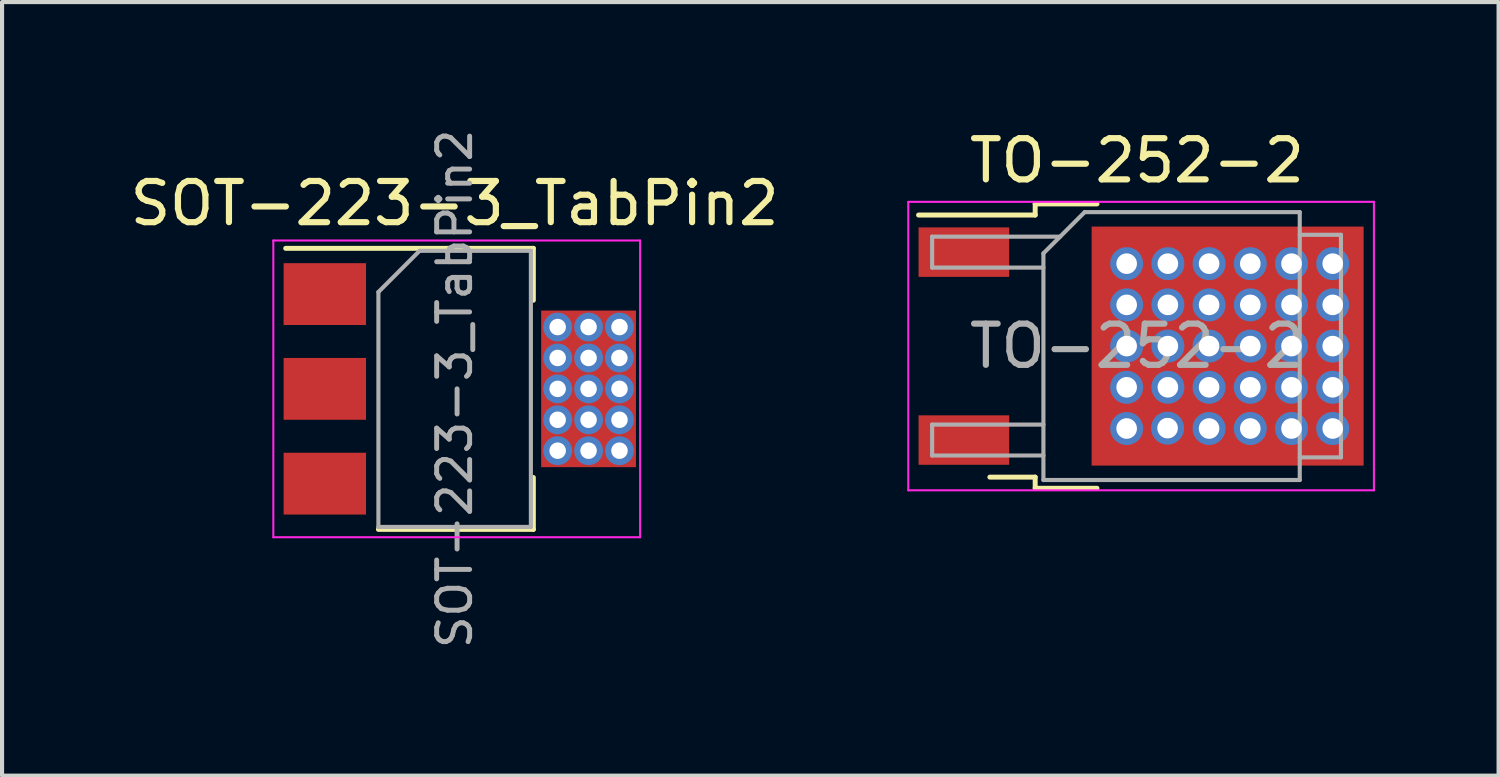
<source format=kicad_pcb>
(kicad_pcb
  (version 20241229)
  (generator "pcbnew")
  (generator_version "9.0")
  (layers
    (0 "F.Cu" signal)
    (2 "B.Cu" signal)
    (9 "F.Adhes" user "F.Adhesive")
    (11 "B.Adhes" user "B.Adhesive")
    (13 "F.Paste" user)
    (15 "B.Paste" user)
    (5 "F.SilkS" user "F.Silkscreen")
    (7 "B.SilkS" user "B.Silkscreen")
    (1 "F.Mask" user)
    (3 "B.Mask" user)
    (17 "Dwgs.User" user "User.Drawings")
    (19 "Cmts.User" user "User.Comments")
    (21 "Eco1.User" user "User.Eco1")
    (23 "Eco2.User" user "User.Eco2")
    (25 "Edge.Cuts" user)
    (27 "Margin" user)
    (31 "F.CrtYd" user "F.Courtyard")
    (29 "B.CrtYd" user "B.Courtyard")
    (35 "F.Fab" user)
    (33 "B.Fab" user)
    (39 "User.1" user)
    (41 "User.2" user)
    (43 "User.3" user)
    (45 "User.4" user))
  (footprint "TO-252-2"
    (layer "F.Cu")
    (at 24.539 5.348)
    (property "Reference" "TO-252-2" (at 0 -4.5 0) (layer "F.SilkS") (effects (font (size 1 1) (thickness 0.15))))
    (attr smd)
    (fp_line (start -2.47 -3.45) (end -2.47 -3.18) (stroke (width 0.12) (type solid)) (layer "F.SilkS"))
    (fp_line (start -2.47 -3.18) (end -5.3 -3.18) (stroke (width 0.12) (type solid)) (layer "F.SilkS"))
    (fp_line (start -2.47 3.18) (end -3.57 3.18) (stroke (width 0.12) (type solid)) (layer "F.SilkS"))
    (fp_line (start -2.47 3.45) (end -2.47 3.18) (stroke (width 0.12) (type solid)) (layer "F.SilkS"))
    (fp_line (start -0.97 -3.45) (end -2.47 -3.45) (stroke (width 0.12) (type solid)) (layer "F.SilkS"))
    (fp_line (start -0.97 3.45) (end -2.47 3.45) (stroke (width 0.12) (type solid)) (layer "F.SilkS"))
    (fp_line (start -5.55 -3.5) (end -5.55 3.5) (stroke (width 0.05) (type solid)) (layer "F.CrtYd"))
    (fp_line (start -5.55 3.5) (end 5.75 3.5) (stroke (width 0.05) (type solid)) (layer "F.CrtYd"))
    (fp_line (start 5.75 -3.5) (end -5.55 -3.5) (stroke (width 0.05) (type solid)) (layer "F.CrtYd"))
    (fp_line (start 5.75 3.5) (end 5.75 -3.5) (stroke (width 0.05) (type solid)) (layer "F.CrtYd"))
    (fp_line (start -4.97 -2.655) (end -4.97 -1.905) (stroke (width 0.1) (type solid)) (layer "F.Fab"))
    (fp_line (start -4.97 -1.905) (end -2.27 -1.905) (stroke (width 0.1) (type solid)) (layer "F.Fab"))
    (fp_line (start -4.97 1.905) (end -4.97 2.655) (stroke (width 0.1) (type solid)) (layer "F.Fab"))
    (fp_line (start -4.97 2.655) (end -2.27 2.655) (stroke (width 0.1) (type solid)) (layer "F.Fab"))
    (fp_line (start -2.27 -2.25) (end -1.27 -3.25) (stroke (width 0.1) (type solid)) (layer "F.Fab"))
    (fp_line (start -2.27 1.905) (end -4.97 1.905) (stroke (width 0.1) (type solid)) (layer "F.Fab"))
    (fp_line (start -2.27 3.25) (end -2.27 -2.25) (stroke (width 0.1) (type solid)) (layer "F.Fab"))
    (fp_line (start -1.865 -2.655) (end -4.97 -2.655) (stroke (width 0.1) (type solid)) (layer "F.Fab"))
    (fp_line (start -1.27 -3.25) (end 3.95 -3.25) (stroke (width 0.1) (type solid)) (layer "F.Fab"))
    (fp_line (start 3.95 -3.25) (end 3.95 3.25) (stroke (width 0.1) (type solid)) (layer "F.Fab"))
    (fp_line (start 3.95 -2.7) (end 4.95 -2.7) (stroke (width 0.1) (type solid)) (layer "F.Fab"))
    (fp_line (start 3.95 3.25) (end -2.27 3.25) (stroke (width 0.1) (type solid)) (layer "F.Fab"))
    (fp_line (start 4.95 -2.7) (end 4.95 2.7) (stroke (width 0.1) (type solid)) (layer "F.Fab"))
    (fp_line (start 4.95 2.7) (end 3.95 2.7) (stroke (width 0.1) (type solid)) (layer "F.Fab"))
    (fp_text user "${REFERENCE}" (at 0 0 0) (layer "F.Fab") (effects (font (size 1 1) (thickness 0.15))))
    (pad "" smd rect (at 0.425 -1.525) (size 3.05 2.75) (layers "F.Paste"))
    (pad "" smd rect (at 0.425 1.525) (size 3.05 2.75) (layers "F.Paste"))
    (pad "" smd rect (at 3.875 -1.525) (size 3.25 2.75) (layers "F.Paste"))
    (pad "" smd rect (at 3.875 1.525) (size 3.25 2.75) (layers "F.Paste"))
    (pad "1" smd rect (at -4.2 -2.28) (size 2.2 1.2) (layers "F.Cu" "F.Mask" "F.Paste"))
    (pad "2" thru_hole circle (at -0.25 -2) (size 0.8 0.8) (drill 0.5) (layers "*.Cu" "*.Mask"))
    (pad "2" thru_hole circle (at -0.25 -1) (size 0.8 0.8) (drill 0.5) (layers "*.Cu" "*.Mask"))
    (pad "2" thru_hole circle (at -0.25 0) (size 0.8 0.8) (drill 0.5) (layers "*.Cu" "*.Mask"))
    (pad "2" thru_hole circle (at -0.25 1) (size 0.8 0.8) (drill 0.5) (layers "*.Cu" "*.Mask"))
    (pad "2" thru_hole circle (at -0.25 2) (size 0.8 0.8) (drill 0.5) (layers "*.Cu" "*.Mask"))
    (pad "2" thru_hole circle (at 0.743 1.991) (size 0.8 0.8) (drill 0.5) (layers "*.Cu" "*.Mask"))
    (pad "2" thru_hole circle (at 0.75 -2) (size 0.8 0.8) (drill 0.5) (layers "*.Cu" "*.Mask"))
    (pad "2" thru_hole circle (at 0.75 -1) (size 0.8 0.8) (drill 0.5) (layers "*.Cu" "*.Mask"))
    (pad "2" thru_hole circle (at 0.75 0) (size 0.8 0.8) (drill 0.5) (layers "*.Cu" "*.Mask"))
    (pad "2" thru_hole circle (at 0.75 1) (size 0.8 0.8) (drill 0.5) (layers "*.Cu" "*.Mask"))
    (pad "2" thru_hole circle (at 1.75 -2) (size 0.8 0.8) (drill 0.5) (layers "*.Cu" "*.Mask"))
    (pad "2" thru_hole circle (at 1.75 -1) (size 0.8 0.8) (drill 0.5) (layers "*.Cu" "*.Mask"))
    (pad "2" thru_hole circle (at 1.75 0) (size 0.8 0.8) (drill 0.5) (layers "*.Cu" "*.Mask"))
    (pad "2" thru_hole circle (at 1.75 1) (size 0.8 0.8) (drill 0.5) (layers "*.Cu" "*.Mask"))
    (pad "2" thru_hole circle (at 1.75 2) (size 0.8 0.8) (drill 0.5) (layers "*.Cu" "*.Mask"))
    (pad "2" smd rect (at 2.2 0) (size 6.6 5.8) (layers "F.Cu" "F.Mask"))
    (pad "2" thru_hole circle (at 2.75 -2) (size 0.8 0.8) (drill 0.5) (layers "*.Cu" "*.Mask"))
    (pad "2" thru_hole circle (at 2.75 -1) (size 0.8 0.8) (drill 0.5) (layers "*.Cu" "*.Mask"))
    (pad "2" thru_hole circle (at 2.75 0) (size 0.8 0.8) (drill 0.5) (layers "*.Cu" "*.Mask"))
    (pad "2" thru_hole circle (at 2.75 1) (size 0.8 0.8) (drill 0.5) (layers "*.Cu" "*.Mask"))
    (pad "2" thru_hole circle (at 2.75 2) (size 0.8 0.8) (drill 0.5) (layers "*.Cu" "*.Mask"))
    (pad "2" thru_hole circle (at 3.75 -2) (size 0.8 0.8) (drill 0.5) (layers "*.Cu" "*.Mask"))
    (pad "2" thru_hole circle (at 3.75 -1) (size 0.8 0.8) (drill 0.5) (layers "*.Cu" "*.Mask"))
    (pad "2" thru_hole circle (at 3.75 0) (size 0.8 0.8) (drill 0.5) (layers "*.Cu" "*.Mask"))
    (pad "2" thru_hole circle (at 3.75 1) (size 0.8 0.8) (drill 0.5) (layers "*.Cu" "*.Mask"))
    (pad "2" thru_hole circle (at 3.75 2) (size 0.8 0.8) (drill 0.5) (layers "*.Cu" "*.Mask"))
    (pad "2" thru_hole circle (at 4.75 -2) (size 0.8 0.8) (drill 0.5) (layers "*.Cu" "*.Mask"))
    (pad "2" thru_hole circle (at 4.75 -1) (size 0.8 0.8) (drill 0.5) (layers "*.Cu" "*.Mask"))
    (pad "2" thru_hole circle (at 4.75 0) (size 0.8 0.8) (drill 0.5) (layers "*.Cu" "*.Mask"))
    (pad "2" thru_hole circle (at 4.75 1) (size 0.8 0.8) (drill 0.5) (layers "*.Cu" "*.Mask"))
    (pad "2" thru_hole circle (at 4.75 2) (size 0.8 0.8) (drill 0.5) (layers "*.Cu" "*.Mask"))
    (pad "3" smd rect (at -4.2 2.28) (size 2.2 1.2) (layers "F.Cu" "F.Mask" "F.Paste")))
  (footprint "SOT-223-3_TabPin2"
    (layer "F.Cu")
    (at 7.982 6.386)
    (property "Reference" "SOT-223-3_TabPin2" (at 0 -4.5 0) (layer "F.SilkS") (effects (font (size 1 1) (thickness 0.15))))
    (attr smd)
    (fp_line (start -4.1 -3.41) (end 1.91 -3.41) (stroke (width 0.12) (type solid)) (layer "F.SilkS"))
    (fp_line (start -1.85 3.41) (end 1.91 3.41) (stroke (width 0.12) (type solid)) (layer "F.SilkS"))
    (fp_line (start 1.91 -3.41) (end 1.91 -2.15) (stroke (width 0.12) (type solid)) (layer "F.SilkS"))
    (fp_line (start 1.91 3.41) (end 1.91 2.15) (stroke (width 0.12) (type solid)) (layer "F.SilkS"))
    (fp_line (start -4.4 -3.6) (end -4.4 3.6) (stroke (width 0.05) (type solid)) (layer "F.CrtYd"))
    (fp_line (start -4.4 3.6) (end 4.5 3.6) (stroke (width 0.05) (type solid)) (layer "F.CrtYd"))
    (fp_line (start 4.5 -3.6) (end -4.4 -3.6) (stroke (width 0.05) (type solid)) (layer "F.CrtYd"))
    (fp_line (start 4.5 3.6) (end 4.5 -3.6) (stroke (width 0.05) (type solid)) (layer "F.CrtYd"))
    (fp_line (start -1.85 -2.35) (end -1.85 3.35) (stroke (width 0.1) (type solid)) (layer "F.Fab"))
    (fp_line (start -1.85 -2.35) (end -0.85 -3.35) (stroke (width 0.1) (type solid)) (layer "F.Fab"))
    (fp_line (start -1.85 3.35) (end 1.85 3.35) (stroke (width 0.1) (type solid)) (layer "F.Fab"))
    (fp_line (start -0.85 -3.35) (end 1.85 -3.35) (stroke (width 0.1) (type solid)) (layer "F.Fab"))
    (fp_line (start 1.85 -3.35) (end 1.85 3.35) (stroke (width 0.1) (type solid)) (layer "F.Fab"))
    (fp_text user "${REFERENCE}" (at 0 0 90) (layer "F.Fab") (effects (font (size 0.8 0.8) (thickness 0.12))))
    (pad "1" smd rect (at -3.15 -2.3) (size 2 1.5) (layers "F.Cu" "F.Mask" "F.Paste"))
    (pad "2" smd rect (at -3.15 0) (size 2 1.5) (layers "F.Cu" "F.Mask" "F.Paste"))
    (pad "2" thru_hole circle (at 2.5 -1.5) (size 0.7 0.7) (drill 0.4) (layers "*.Cu" "*.Mask"))
    (pad "2" thru_hole circle (at 2.5 -0.75) (size 0.7 0.7) (drill 0.4) (layers "*.Cu" "*.Mask"))
    (pad "2" thru_hole circle (at 2.5 0) (size 0.7 0.7) (drill 0.4) (layers "*.Cu" "*.Mask"))
    (pad "2" thru_hole circle (at 2.5 0.75) (size 0.7 0.7) (drill 0.4) (layers "*.Cu" "*.Mask"))
    (pad "2" thru_hole circle (at 2.5 1.5) (size 0.7 0.7) (drill 0.4) (layers "*.Cu" "*.Mask"))
    (pad "2" thru_hole circle (at 3.25 -1.5) (size 0.7 0.7) (drill 0.4) (layers "*.Cu" "*.Mask"))
    (pad "2" thru_hole circle (at 3.25 -0.75) (size 0.7 0.7) (drill 0.4) (layers "*.Cu" "*.Mask"))
    (pad "2" thru_hole circle (at 3.25 0) (size 0.7 0.7) (drill 0.4) (layers "*.Cu" "*.Mask"))
    (pad "2" smd rect (at 3.25 0) (size 2.3 3.8) (layers "F.Cu" "F.Mask" "F.Paste"))
    (pad "2" thru_hole circle (at 3.25 0.75) (size 0.7 0.7) (drill 0.4) (layers "*.Cu" "*.Mask"))
    (pad "2" thru_hole circle (at 3.25 1.5) (size 0.7 0.7) (drill 0.4) (layers "*.Cu" "*.Mask"))
    (pad "2" thru_hole circle (at 3.997 -0.75) (size 0.7 0.7) (drill 0.4) (layers "*.Cu" "*.Mask"))
    (pad "2" thru_hole circle (at 4 -1.5) (size 0.7 0.7) (drill 0.4) (layers "*.Cu" "*.Mask"))
    (pad "2" thru_hole circle (at 4 0) (size 0.7 0.7) (drill 0.4) (layers "*.Cu" "*.Mask"))
    (pad "2" thru_hole circle (at 4 0.75) (size 0.7 0.7) (drill 0.4) (layers "*.Cu" "*.Mask"))
    (pad "2" thru_hole circle (at 4 1.5) (size 0.7 0.7) (drill 0.4) (layers "*.Cu" "*.Mask"))
    (pad "3" smd rect (at -3.15 2.3) (size 2 1.5) (layers "F.Cu" "F.Mask" "F.Paste")))
  (gr_rect
    (start -3 -3)
    (end 33.314 15.771)
    (stroke (width 0.1) (type default))
    (fill no)
    (layer "Edge.Cuts")))
</source>
